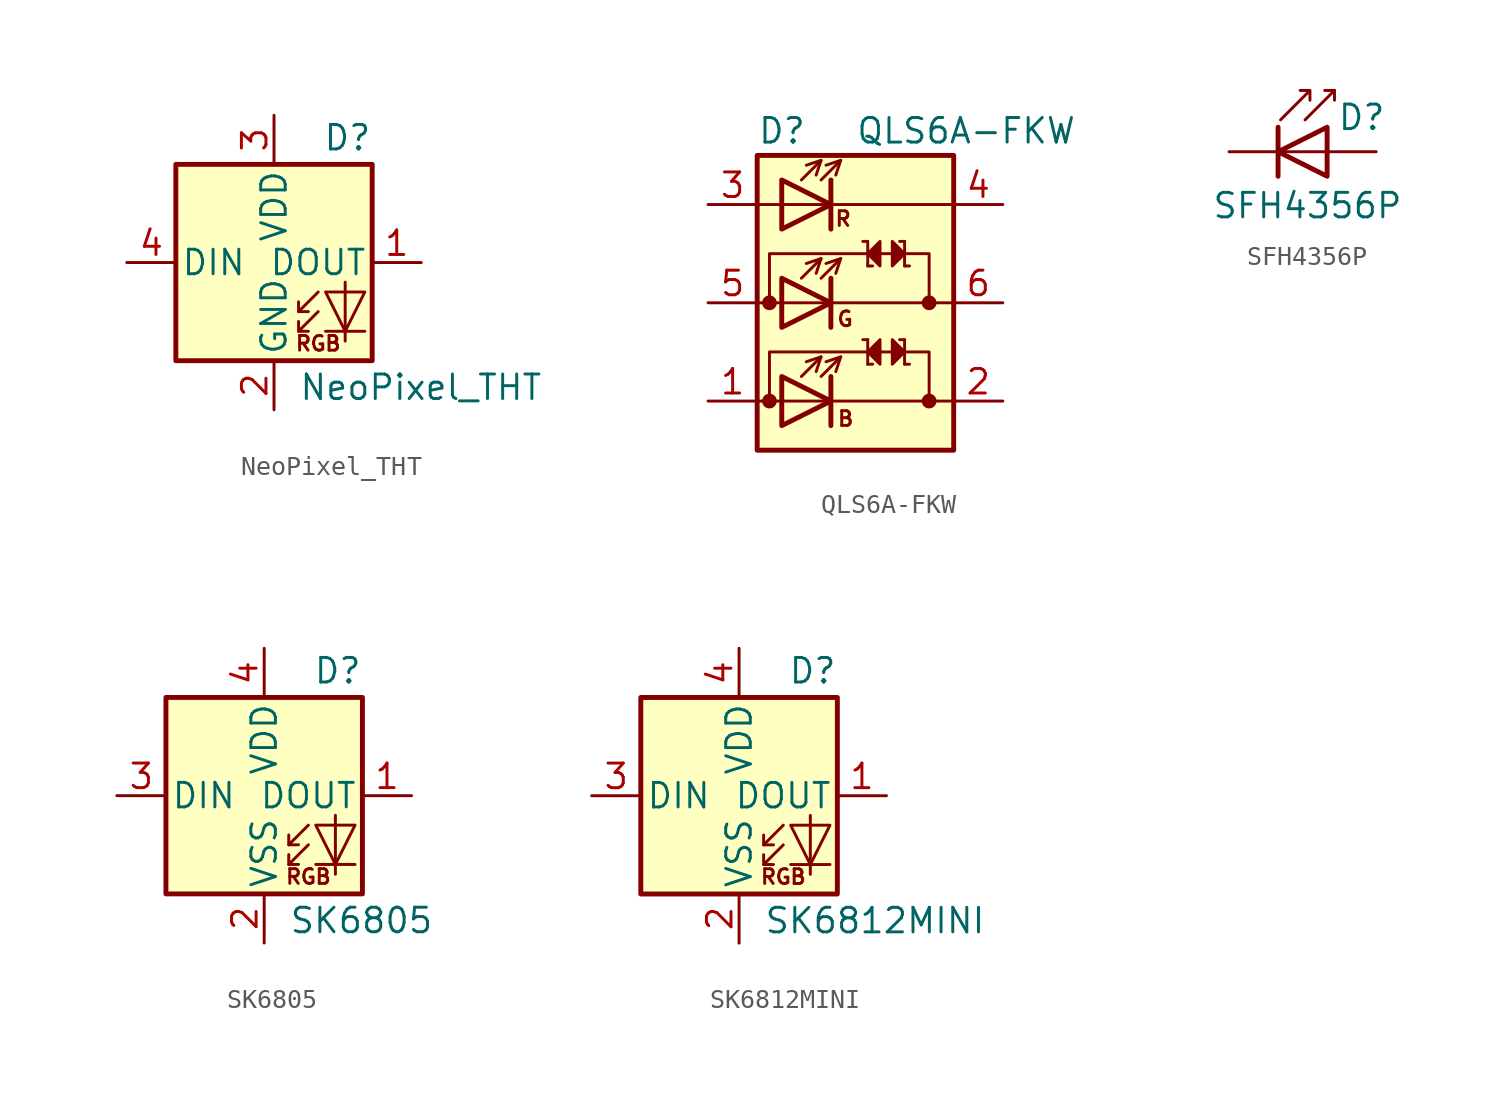
<source format=kicad_sym>
(kicad_symbol_lib
  (version 20201005)
  (generator kicad_symbol_editor)
  (symbol "LED:NeoPixel_THT"
    (pin_names
      (offset 0.254))
    (property "Reference" "D"
      (at 5.08 5.715 0)
      (effects (font (size 1.27 1.27)) (justify right bottom)))
    (property "Value" "NeoPixel_THT"
      (at 1.27 -5.715 0)
      (effects (font (size 1.27 1.27)) (justify left top)))
    (symbol "NeoPixel_THT_0_0"
      (text "RGB" (at 2.286 -4.191 0) (effects (font (size 0.762 0.762)))))
    (symbol "NeoPixel_THT_0_1"
      (rectangle (start 5.08 5.08) (end -5.08 -5.08) (stroke (width 0.254)) (fill (type background)))
      (polyline (pts (xy 1.27 -3.556) (xy 1.778 -3.556)) (stroke (width 0)) (fill (type none)))
      (polyline (pts (xy 1.27 -2.54) (xy 1.778 -2.54)) (stroke (width 0)) (fill (type none)))
      (polyline (pts (xy 4.699 -3.556) (xy 2.667 -3.556)) (stroke (width 0)) (fill (type none)))
      (polyline (pts (xy 2.286 -2.54) (xy 1.27 -3.556) (xy 1.27 -3.048)) (stroke (width 0)) (fill (type none)))
      (polyline (pts (xy 2.286 -1.524) (xy 1.27 -2.54) (xy 1.27 -2.032)) (stroke (width 0)) (fill (type none)))
      (polyline (pts (xy 3.683 -1.016) (xy 3.683 -3.556) (xy 3.683 -4.064)) (stroke (width 0)) (fill (type none)))
      (polyline (pts (xy 4.699 -1.524) (xy 2.667 -1.524) (xy 3.683 -3.556) (xy 4.699 -1.524)) (stroke (width 0)) (fill (type none))))
    (symbol "NeoPixel_THT_1_1"
      (pin output line (at 7.62 0 180) (length 2.54) (name "DOUT" (effects (font (size 1.27 1.27)))) (number "1" (effects (font (size 1.27 1.27)))))
      (pin power_in line (at 0 -7.62 90) (length 2.54) (name "GND" (effects (font (size 1.27 1.27)))) (number "2" (effects (font (size 1.27 1.27)))))
      (pin power_in line (at 0 7.62 270) (length 2.54) (name "VDD" (effects (font (size 1.27 1.27)))) (number "3" (effects (font (size 1.27 1.27)))))
      (pin input line (at -7.62 0 0) (length 2.54) (name "DIN" (effects (font (size 1.27 1.27)))) (number "4" (effects (font (size 1.27 1.27)))))))
  (symbol "LED:QLS6A-FKW"
    (pin_names hide)
    (property "Reference" "D"
      (at -5.08 8.89 0)
      (effects (font (size 1.27 1.27)) (justify left)))
    (property "Value" "QLS6A-FKW"
      (at 0 8.89 0)
      (effects (font (size 1.27 1.27)) (justify left)))
    (symbol "QLS6A-FKW_0_0"
      (text "B" (at -0.508 -5.994 0) (effects (font (size 0.762 0.762))))
      (text "G" (at -0.533 -0.838 0) (effects (font (size 0.762 0.762))))
      (text "R" (at -0.635 4.343 0) (effects (font (size 0.762 0.762)))))
    (symbol "QLS6A-FKW_0_1"
      (rectangle (start -5.08 7.62) (end 5.08 -7.62) (stroke (width 0.254)) (fill (type background)))
      (polyline (pts (xy -5.08 -5.08) (xy 5.08 -5.08)) (stroke (width 0)) (fill (type none)))
      (polyline (pts (xy -5.08 0) (xy 5.08 0)) (stroke (width 0)) (fill (type none)))
      (polyline (pts (xy -1.27 -3.81) (xy -1.27 -6.35)) (stroke (width 0.254)) (fill (type none)))
      (polyline (pts (xy -1.27 1.27) (xy -1.27 -1.27)) (stroke (width 0.254)) (fill (type none)))
      (polyline (pts (xy -1.27 6.35) (xy -1.27 3.81)) (stroke (width 0.254)) (fill (type none)))
      (polyline (pts (xy 0.635 -1.905) (xy 0.381 -1.905)) (stroke (width 0)) (fill (type none)))
      (polyline (pts (xy 0.635 -1.905) (xy 0.635 -3.175)) (stroke (width 0)) (fill (type none)))
      (polyline (pts (xy 0.635 1.905) (xy 0.889 1.905)) (stroke (width 0)) (fill (type none)))
      (polyline (pts (xy 0.635 3.175) (xy 0.381 3.175)) (stroke (width 0)) (fill (type none)))
      (polyline (pts (xy 0.635 3.175) (xy 0.635 1.905)) (stroke (width 0)) (fill (type none)))
      (polyline (pts (xy 0.889 -3.175) (xy 0.635 -3.175)) (stroke (width 0)) (fill (type none)))
      (polyline (pts (xy 2.54 -3.175) (xy 2.794 -3.175)) (stroke (width 0)) (fill (type none)))
      (polyline (pts (xy 2.54 -1.905) (xy 2.286 -1.905)) (stroke (width 0)) (fill (type none)))
      (polyline (pts (xy 2.54 -1.905) (xy 2.54 -3.175)) (stroke (width 0)) (fill (type none)))
      (polyline (pts (xy 2.54 1.905) (xy 2.54 3.175)) (stroke (width 0)) (fill (type none)))
      (polyline (pts (xy 2.54 1.905) (xy 2.794 1.905)) (stroke (width 0)) (fill (type none)))
      (polyline (pts (xy 2.54 3.175) (xy 2.286 3.175)) (stroke (width 0)) (fill (type none)))
      (polyline (pts (xy -4.445 0) (xy -4.445 2.54) (xy 3.81 2.54) (xy 3.81 0)) (stroke (width 0)) (fill (type none)))
      (polyline (pts (xy -3.81 -3.81) (xy -3.81 -6.35) (xy -1.27 -5.08) (xy -3.81 -3.81)) (stroke (width 0.254)) (fill (type none)))
      (polyline (pts (xy -3.81 1.27) (xy -3.81 -1.27) (xy -1.27 0) (xy -3.81 1.27)) (stroke (width 0.254)) (fill (type none)))
      (polyline (pts (xy -3.81 6.35) (xy -1.27 5.08) (xy -3.81 3.81) (xy -3.81 6.35)) (stroke (width 0.254)) (fill (type none)))
      (polyline (pts (xy 0.635 -2.54) (xy 1.27 -3.175) (xy 1.27 -1.905) (xy 0.635 -2.54)) (stroke (width 0)) (fill (type outline)))
      (polyline (pts (xy 1.27 3.175) (xy 1.27 1.905) (xy 0.635 2.54) (xy 1.27 3.175)) (stroke (width 0)) (fill (type outline)))
      (polyline (pts (xy 1.905 -1.905) (xy 1.905 -3.175) (xy 2.54 -2.54) (xy 1.905 -1.905)) (stroke (width 0)) (fill (type outline)))
      (polyline (pts (xy 1.905 3.175) (xy 1.905 1.905) (xy 2.54 2.54) (xy 1.905 3.175)) (stroke (width 0)) (fill (type outline)))
      (polyline (pts (xy 3.81 -5.08) (xy 3.81 -2.54) (xy -4.445 -2.54) (xy -4.445 -5.08)) (stroke (width 0)) (fill (type none))))
    (symbol "QLS6A-FKW_1_1"
      (circle (center -4.445 -5.08) (radius 0.254) (stroke (width 0.254)) (fill (type outline)))
      (circle (center -4.445 0) (radius 0.254) (stroke (width 0.254)) (fill (type outline)))
      (circle (center 3.81 -5.08) (radius 0.254) (stroke (width 0.254)) (fill (type outline)))
      (circle (center 3.81 0) (radius 0.254) (stroke (width 0.254)) (fill (type outline)))
      (polyline (pts (xy -5.08 5.08) (xy 5.08 5.08)) (stroke (width 0)) (fill (type none)))
      (polyline (pts (xy -2.794 -3.81) (xy -1.778 -2.794)) (stroke (width 0)) (fill (type none)))
      (polyline (pts (xy -2.794 1.27) (xy -1.778 2.286)) (stroke (width 0)) (fill (type none)))
      (polyline (pts (xy -2.794 6.35) (xy -1.778 7.366)) (stroke (width 0)) (fill (type none)))
      (polyline (pts (xy -1.778 -3.81) (xy -0.762 -2.794)) (stroke (width 0)) (fill (type none)))
      (polyline (pts (xy -1.778 1.27) (xy -0.762 2.286)) (stroke (width 0)) (fill (type none)))
      (polyline (pts (xy -1.778 6.35) (xy -0.762 7.366)) (stroke (width 0)) (fill (type none)))
      (polyline (pts (xy -2.54 -3.048) (xy -1.778 -2.794) (xy -2.032 -3.556)) (stroke (width 0)) (fill (type none)))
      (polyline (pts (xy -2.54 2.032) (xy -1.778 2.286) (xy -2.032 1.524)) (stroke (width 0)) (fill (type none)))
      (polyline (pts (xy -2.54 7.112) (xy -1.778 7.366) (xy -2.032 6.604)) (stroke (width 0)) (fill (type none)))
      (polyline (pts (xy -1.524 -3.048) (xy -0.762 -2.794) (xy -1.016 -3.556)) (stroke (width 0)) (fill (type none)))
      (polyline (pts (xy -1.524 2.032) (xy -0.762 2.286) (xy -1.016 1.524)) (stroke (width 0)) (fill (type none)))
      (polyline (pts (xy -1.524 7.112) (xy -0.762 7.366) (xy -1.016 6.604)) (stroke (width 0)) (fill (type none)))
      (pin passive line (at -7.62 -5.08 0) (length 2.54) (name "AB" (effects (font (size 1.27 1.27)))) (number "1" (effects (font (size 1.27 1.27)))))
      (pin passive line (at 7.62 -5.08 180) (length 2.54) (name "KB" (effects (font (size 1.27 1.27)))) (number "2" (effects (font (size 1.27 1.27)))))
      (pin passive line (at -7.62 5.08 0) (length 2.54) (name "AR" (effects (font (size 1.27 1.27)))) (number "3" (effects (font (size 1.27 1.27)))))
      (pin passive line (at 7.62 5.08 180) (length 2.54) (name "KR" (effects (font (size 1.27 1.27)))) (number "4" (effects (font (size 1.27 1.27)))))
      (pin passive line (at -7.62 0 0) (length 2.54) (name "AG" (effects (font (size 1.27 1.27)))) (number "5" (effects (font (size 1.27 1.27)))))
      (pin passive line (at 7.62 0 180) (length 2.54) (name "KR" (effects (font (size 1.27 1.27)))) (number "6" (effects (font (size 1.27 1.27)))))))
  (symbol "LED:SFH4356P"
    (pin_numbers hide)
    (pin_names
      (offset 1.016) hide)
    (property "Reference" "D"
      (at 0.508 1.778 0)
      (effects (font (size 1.27 1.27)) (justify left)))
    (property "Value" "SFH4356P"
      (at -1.016 -2.794 0)
      (effects (font (size 1.27 1.27))))
    (symbol "SFH4356P_0_1"
      (polyline (pts (xy -2.54 1.27) (xy -2.54 -1.27)) (stroke (width 0.254)) (fill (type none)))
      (polyline (pts (xy 0 0) (xy -2.54 0)) (stroke (width 0)) (fill (type none)))
      (polyline (pts (xy 0.381 3.175) (xy -0.127 3.175)) (stroke (width 0)) (fill (type none)))
      (polyline (pts (xy -1.143 1.651) (xy 0.381 3.175) (xy 0.381 2.667)) (stroke (width 0)) (fill (type none)))
      (polyline (pts (xy 0 1.27) (xy -2.54 0) (xy 0 -1.27) (xy 0 1.27)) (stroke (width 0.254)) (fill (type none)))
      (polyline (pts (xy -2.413 1.651) (xy -0.889 3.175) (xy -0.889 2.667) (xy -0.889 3.175) (xy -1.397 3.175)) (stroke (width 0)) (fill (type none))))
    (symbol "SFH4356P_1_1"
      (pin passive line (at -5.08 0 0) (length 2.54) (name "K" (effects (font (size 1.27 1.27)))) (number "1" (effects (font (size 1.27 1.27)))))
      (pin passive line (at 2.54 0 180) (length 2.54) (name "A" (effects (font (size 1.27 1.27)))) (number "2" (effects (font (size 1.27 1.27)))))))
  (symbol "LED:SK6805"
    (pin_names
      (offset 0.254))
    (property "Reference" "D"
      (at 5.08 5.715 0)
      (effects (font (size 1.27 1.27)) (justify right bottom)))
    (property "Value" "SK6805"
      (at 1.27 -5.715 0)
      (effects (font (size 1.27 1.27)) (justify left top)))
    (symbol "SK6805_0_0"
      (text "RGB" (at 2.286 -4.191 0) (effects (font (size 0.762 0.762)))))
    (symbol "SK6805_0_1"
      (rectangle (start 5.08 5.08) (end -5.08 -5.08) (stroke (width 0.254)) (fill (type background)))
      (polyline (pts (xy 1.27 -3.556) (xy 1.778 -3.556)) (stroke (width 0)) (fill (type none)))
      (polyline (pts (xy 1.27 -2.54) (xy 1.778 -2.54)) (stroke (width 0)) (fill (type none)))
      (polyline (pts (xy 4.699 -3.556) (xy 2.667 -3.556)) (stroke (width 0)) (fill (type none)))
      (polyline (pts (xy 2.286 -2.54) (xy 1.27 -3.556) (xy 1.27 -3.048)) (stroke (width 0)) (fill (type none)))
      (polyline (pts (xy 2.286 -1.524) (xy 1.27 -2.54) (xy 1.27 -2.032)) (stroke (width 0)) (fill (type none)))
      (polyline (pts (xy 3.683 -1.016) (xy 3.683 -3.556) (xy 3.683 -4.064)) (stroke (width 0)) (fill (type none)))
      (polyline (pts (xy 4.699 -1.524) (xy 2.667 -1.524) (xy 3.683 -3.556) (xy 4.699 -1.524)) (stroke (width 0)) (fill (type none))))
    (symbol "SK6805_1_1"
      (pin output line (at 7.62 0 180) (length 2.54) (name "DOUT" (effects (font (size 1.27 1.27)))) (number "1" (effects (font (size 1.27 1.27)))))
      (pin power_in line (at 0 -7.62 90) (length 2.54) (name "VSS" (effects (font (size 1.27 1.27)))) (number "2" (effects (font (size 1.27 1.27)))))
      (pin input line (at -7.62 0 0) (length 2.54) (name "DIN" (effects (font (size 1.27 1.27)))) (number "3" (effects (font (size 1.27 1.27)))))
      (pin power_in line (at 0 7.62 270) (length 2.54) (name "VDD" (effects (font (size 1.27 1.27)))) (number "4" (effects (font (size 1.27 1.27)))))))
  (symbol "LED:SK6812MINI"
    (pin_names
      (offset 0.254))
    (property "Reference" "D"
      (at 5.08 5.715 0)
      (effects (font (size 1.27 1.27)) (justify right bottom)))
    (property "Value" "SK6812MINI"
      (at 1.27 -5.715 0)
      (effects (font (size 1.27 1.27)) (justify left top)))
    (symbol "SK6812MINI_0_0"
      (text "RGB" (at 2.286 -4.191 0) (effects (font (size 0.762 0.762)))))
    (symbol "SK6812MINI_0_1"
      (rectangle (start 5.08 5.08) (end -5.08 -5.08) (stroke (width 0.254)) (fill (type background)))
      (polyline (pts (xy 1.27 -3.556) (xy 1.778 -3.556)) (stroke (width 0)) (fill (type none)))
      (polyline (pts (xy 1.27 -2.54) (xy 1.778 -2.54)) (stroke (width 0)) (fill (type none)))
      (polyline (pts (xy 4.699 -3.556) (xy 2.667 -3.556)) (stroke (width 0)) (fill (type none)))
      (polyline (pts (xy 2.286 -2.54) (xy 1.27 -3.556) (xy 1.27 -3.048)) (stroke (width 0)) (fill (type none)))
      (polyline (pts (xy 2.286 -1.524) (xy 1.27 -2.54) (xy 1.27 -2.032)) (stroke (width 0)) (fill (type none)))
      (polyline (pts (xy 3.683 -1.016) (xy 3.683 -3.556) (xy 3.683 -4.064)) (stroke (width 0)) (fill (type none)))
      (polyline (pts (xy 4.699 -1.524) (xy 2.667 -1.524) (xy 3.683 -3.556) (xy 4.699 -1.524)) (stroke (width 0)) (fill (type none))))
    (symbol "SK6812MINI_1_1"
      (pin output line (at 7.62 0 180) (length 2.54) (name "DOUT" (effects (font (size 1.27 1.27)))) (number "1" (effects (font (size 1.27 1.27)))))
      (pin power_in line (at 0 -7.62 90) (length 2.54) (name "VSS" (effects (font (size 1.27 1.27)))) (number "2" (effects (font (size 1.27 1.27)))))
      (pin input line (at -7.62 0 0) (length 2.54) (name "DIN" (effects (font (size 1.27 1.27)))) (number "3" (effects (font (size 1.27 1.27)))))
      (pin power_in line (at 0 7.62 270) (length 2.54) (name "VDD" (effects (font (size 1.27 1.27)))) (number "4" (effects (font (size 1.27 1.27))))))))
</source>
